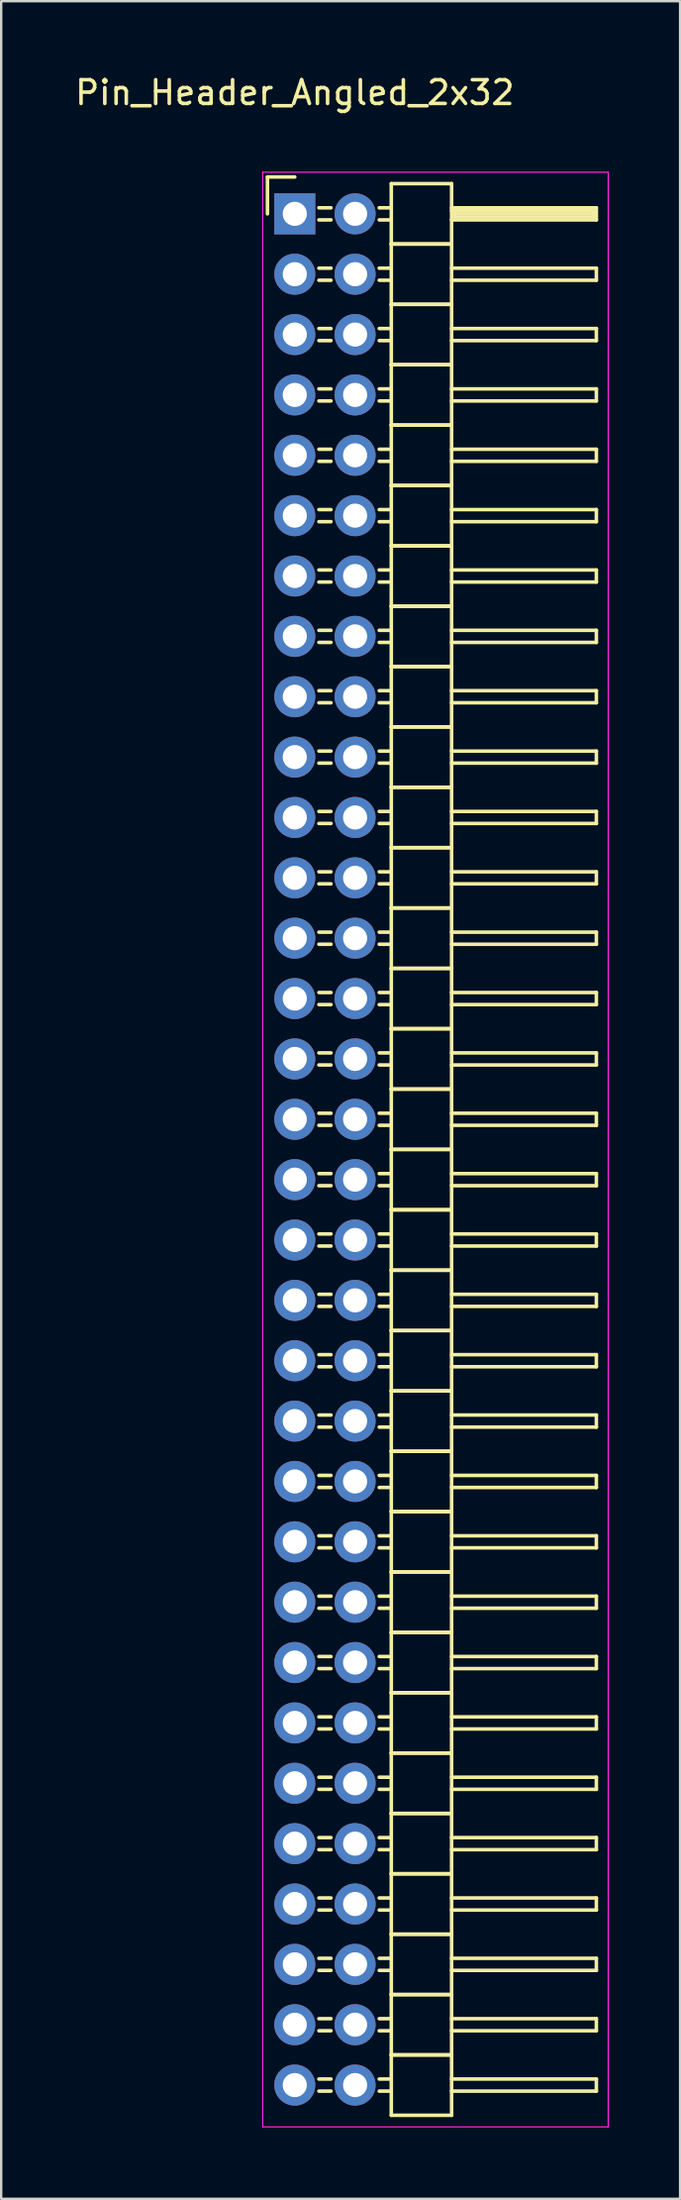
<source format=kicad_pcb>
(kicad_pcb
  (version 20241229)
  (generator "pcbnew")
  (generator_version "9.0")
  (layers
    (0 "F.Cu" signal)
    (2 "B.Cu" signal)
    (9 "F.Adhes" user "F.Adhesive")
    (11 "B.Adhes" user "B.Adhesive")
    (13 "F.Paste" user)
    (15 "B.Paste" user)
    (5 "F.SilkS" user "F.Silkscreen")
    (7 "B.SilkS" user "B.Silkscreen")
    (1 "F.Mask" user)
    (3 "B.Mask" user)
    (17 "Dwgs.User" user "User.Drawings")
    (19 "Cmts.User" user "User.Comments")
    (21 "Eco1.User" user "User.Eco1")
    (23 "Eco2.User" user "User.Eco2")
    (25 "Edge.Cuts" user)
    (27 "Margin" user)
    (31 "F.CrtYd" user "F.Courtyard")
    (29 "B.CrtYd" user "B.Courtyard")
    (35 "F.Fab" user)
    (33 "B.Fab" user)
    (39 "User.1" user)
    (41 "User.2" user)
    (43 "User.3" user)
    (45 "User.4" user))
  (footprint "Pin_Header_Angled_2x32"
    (layer "F.Cu")
    (at 9.363 5.948)
    (property "Reference" "Pin_Header_Angled_2x32" (at 0 -5.1 0) (layer "F.SilkS") (effects (font (size 1 1) (thickness 0.15))))
    (attr through_hole)
    (fp_line (start -1.15 -1.55) (end -1.15 0) (stroke (width 0.15) (type solid)) (layer "F.SilkS"))
    (fp_line (start 0 -1.55) (end -1.15 -1.55) (stroke (width 0.15) (type solid)) (layer "F.SilkS"))
    (fp_line (start 1.524 -0.254) (end 1.016 -0.254) (stroke (width 0.15) (type solid)) (layer "F.SilkS"))
    (fp_line (start 1.524 0.254) (end 1.016 0.254) (stroke (width 0.15) (type solid)) (layer "F.SilkS"))
    (fp_line (start 1.524 2.286) (end 1.016 2.286) (stroke (width 0.15) (type solid)) (layer "F.SilkS"))
    (fp_line (start 1.524 2.794) (end 1.016 2.794) (stroke (width 0.15) (type solid)) (layer "F.SilkS"))
    (fp_line (start 1.524 4.826) (end 1.016 4.826) (stroke (width 0.15) (type solid)) (layer "F.SilkS"))
    (fp_line (start 1.524 5.334) (end 1.016 5.334) (stroke (width 0.15) (type solid)) (layer "F.SilkS"))
    (fp_line (start 1.524 7.366) (end 1.016 7.366) (stroke (width 0.15) (type solid)) (layer "F.SilkS"))
    (fp_line (start 1.524 7.874) (end 1.016 7.874) (stroke (width 0.15) (type solid)) (layer "F.SilkS"))
    (fp_line (start 1.524 9.906) (end 1.016 9.906) (stroke (width 0.15) (type solid)) (layer "F.SilkS"))
    (fp_line (start 1.524 10.414) (end 1.016 10.414) (stroke (width 0.15) (type solid)) (layer "F.SilkS"))
    (fp_line (start 1.524 12.446) (end 1.016 12.446) (stroke (width 0.15) (type solid)) (layer "F.SilkS"))
    (fp_line (start 1.524 12.954) (end 1.016 12.954) (stroke (width 0.15) (type solid)) (layer "F.SilkS"))
    (fp_line (start 1.524 14.986) (end 1.016 14.986) (stroke (width 0.15) (type solid)) (layer "F.SilkS"))
    (fp_line (start 1.524 15.494) (end 1.016 15.494) (stroke (width 0.15) (type solid)) (layer "F.SilkS"))
    (fp_line (start 1.524 17.526) (end 1.016 17.526) (stroke (width 0.15) (type solid)) (layer "F.SilkS"))
    (fp_line (start 1.524 18.034) (end 1.016 18.034) (stroke (width 0.15) (type solid)) (layer "F.SilkS"))
    (fp_line (start 1.524 20.066) (end 1.016 20.066) (stroke (width 0.15) (type solid)) (layer "F.SilkS"))
    (fp_line (start 1.524 20.574) (end 1.016 20.574) (stroke (width 0.15) (type solid)) (layer "F.SilkS"))
    (fp_line (start 1.524 22.606) (end 1.016 22.606) (stroke (width 0.15) (type solid)) (layer "F.SilkS"))
    (fp_line (start 1.524 23.114) (end 1.016 23.114) (stroke (width 0.15) (type solid)) (layer "F.SilkS"))
    (fp_line (start 1.524 25.146) (end 1.016 25.146) (stroke (width 0.15) (type solid)) (layer "F.SilkS"))
    (fp_line (start 1.524 25.654) (end 1.016 25.654) (stroke (width 0.15) (type solid)) (layer "F.SilkS"))
    (fp_line (start 1.524 27.686) (end 1.016 27.686) (stroke (width 0.15) (type solid)) (layer "F.SilkS"))
    (fp_line (start 1.524 28.194) (end 1.016 28.194) (stroke (width 0.15) (type solid)) (layer "F.SilkS"))
    (fp_line (start 1.524 30.226) (end 1.016 30.226) (stroke (width 0.15) (type solid)) (layer "F.SilkS"))
    (fp_line (start 1.524 30.734) (end 1.016 30.734) (stroke (width 0.15) (type solid)) (layer "F.SilkS"))
    (fp_line (start 1.524 32.766) (end 1.016 32.766) (stroke (width 0.15) (type solid)) (layer "F.SilkS"))
    (fp_line (start 1.524 33.274) (end 1.016 33.274) (stroke (width 0.15) (type solid)) (layer "F.SilkS"))
    (fp_line (start 1.524 35.306) (end 1.016 35.306) (stroke (width 0.15) (type solid)) (layer "F.SilkS"))
    (fp_line (start 1.524 35.814) (end 1.016 35.814) (stroke (width 0.15) (type solid)) (layer "F.SilkS"))
    (fp_line (start 1.524 37.846) (end 1.016 37.846) (stroke (width 0.15) (type solid)) (layer "F.SilkS"))
    (fp_line (start 1.524 38.354) (end 1.016 38.354) (stroke (width 0.15) (type solid)) (layer "F.SilkS"))
    (fp_line (start 1.524 40.386) (end 1.016 40.386) (stroke (width 0.15) (type solid)) (layer "F.SilkS"))
    (fp_line (start 1.524 40.894) (end 1.016 40.894) (stroke (width 0.15) (type solid)) (layer "F.SilkS"))
    (fp_line (start 1.524 42.926) (end 1.016 42.926) (stroke (width 0.15) (type solid)) (layer "F.SilkS"))
    (fp_line (start 1.524 43.434) (end 1.016 43.434) (stroke (width 0.15) (type solid)) (layer "F.SilkS"))
    (fp_line (start 1.524 45.466) (end 1.016 45.466) (stroke (width 0.15) (type solid)) (layer "F.SilkS"))
    (fp_line (start 1.524 45.974) (end 1.016 45.974) (stroke (width 0.15) (type solid)) (layer "F.SilkS"))
    (fp_line (start 1.524 48.006) (end 1.016 48.006) (stroke (width 0.15) (type solid)) (layer "F.SilkS"))
    (fp_line (start 1.524 48.514) (end 1.016 48.514) (stroke (width 0.15) (type solid)) (layer "F.SilkS"))
    (fp_line (start 1.524 50.546) (end 1.016 50.546) (stroke (width 0.15) (type solid)) (layer "F.SilkS"))
    (fp_line (start 1.524 51.054) (end 1.016 51.054) (stroke (width 0.15) (type solid)) (layer "F.SilkS"))
    (fp_line (start 1.524 53.086) (end 1.016 53.086) (stroke (width 0.15) (type solid)) (layer "F.SilkS"))
    (fp_line (start 1.524 53.594) (end 1.016 53.594) (stroke (width 0.15) (type solid)) (layer "F.SilkS"))
    (fp_line (start 1.524 55.626) (end 1.016 55.626) (stroke (width 0.15) (type solid)) (layer "F.SilkS"))
    (fp_line (start 1.524 56.134) (end 1.016 56.134) (stroke (width 0.15) (type solid)) (layer "F.SilkS"))
    (fp_line (start 1.524 58.166) (end 1.016 58.166) (stroke (width 0.15) (type solid)) (layer "F.SilkS"))
    (fp_line (start 1.524 58.674) (end 1.016 58.674) (stroke (width 0.15) (type solid)) (layer "F.SilkS"))
    (fp_line (start 1.524 60.706) (end 1.016 60.706) (stroke (width 0.15) (type solid)) (layer "F.SilkS"))
    (fp_line (start 1.524 61.214) (end 1.016 61.214) (stroke (width 0.15) (type solid)) (layer "F.SilkS"))
    (fp_line (start 1.524 63.246) (end 1.016 63.246) (stroke (width 0.15) (type solid)) (layer "F.SilkS"))
    (fp_line (start 1.524 63.754) (end 1.016 63.754) (stroke (width 0.15) (type solid)) (layer "F.SilkS"))
    (fp_line (start 1.524 65.786) (end 1.016 65.786) (stroke (width 0.15) (type solid)) (layer "F.SilkS"))
    (fp_line (start 1.524 66.294) (end 1.016 66.294) (stroke (width 0.15) (type solid)) (layer "F.SilkS"))
    (fp_line (start 1.524 68.326) (end 1.016 68.326) (stroke (width 0.15) (type solid)) (layer "F.SilkS"))
    (fp_line (start 1.524 68.834) (end 1.016 68.834) (stroke (width 0.15) (type solid)) (layer "F.SilkS"))
    (fp_line (start 1.524 70.866) (end 1.016 70.866) (stroke (width 0.15) (type solid)) (layer "F.SilkS"))
    (fp_line (start 1.524 71.374) (end 1.016 71.374) (stroke (width 0.15) (type solid)) (layer "F.SilkS"))
    (fp_line (start 1.524 73.406) (end 1.016 73.406) (stroke (width 0.15) (type solid)) (layer "F.SilkS"))
    (fp_line (start 1.524 73.914) (end 1.016 73.914) (stroke (width 0.15) (type solid)) (layer "F.SilkS"))
    (fp_line (start 1.524 75.946) (end 1.016 75.946) (stroke (width 0.15) (type solid)) (layer "F.SilkS"))
    (fp_line (start 1.524 76.454) (end 1.016 76.454) (stroke (width 0.15) (type solid)) (layer "F.SilkS"))
    (fp_line (start 1.524 78.486) (end 1.016 78.486) (stroke (width 0.15) (type solid)) (layer "F.SilkS"))
    (fp_line (start 1.524 78.994) (end 1.016 78.994) (stroke (width 0.15) (type solid)) (layer "F.SilkS"))
    (fp_line (start 4.064 -1.27) (end 4.064 1.27) (stroke (width 0.15) (type solid)) (layer "F.SilkS"))
    (fp_line (start 4.064 -1.27) (end 6.604 -1.27) (stroke (width 0.15) (type solid)) (layer "F.SilkS"))
    (fp_line (start 4.064 -0.254) (end 3.556 -0.254) (stroke (width 0.15) (type solid)) (layer "F.SilkS"))
    (fp_line (start 4.064 0.254) (end 3.556 0.254) (stroke (width 0.15) (type solid)) (layer "F.SilkS"))
    (fp_line (start 4.064 1.27) (end 4.064 3.81) (stroke (width 0.15) (type solid)) (layer "F.SilkS"))
    (fp_line (start 4.064 1.27) (end 6.604 1.27) (stroke (width 0.15) (type solid)) (layer "F.SilkS"))
    (fp_line (start 4.064 1.27) (end 6.604 1.27) (stroke (width 0.15) (type solid)) (layer "F.SilkS"))
    (fp_line (start 4.064 2.286) (end 3.556 2.286) (stroke (width 0.15) (type solid)) (layer "F.SilkS"))
    (fp_line (start 4.064 2.794) (end 3.556 2.794) (stroke (width 0.15) (type solid)) (layer "F.SilkS"))
    (fp_line (start 4.064 3.81) (end 4.064 6.35) (stroke (width 0.15) (type solid)) (layer "F.SilkS"))
    (fp_line (start 4.064 3.81) (end 6.604 3.81) (stroke (width 0.15) (type solid)) (layer "F.SilkS"))
    (fp_line (start 4.064 3.81) (end 6.604 3.81) (stroke (width 0.15) (type solid)) (layer "F.SilkS"))
    (fp_line (start 4.064 4.826) (end 3.556 4.826) (stroke (width 0.15) (type solid)) (layer "F.SilkS"))
    (fp_line (start 4.064 5.334) (end 3.556 5.334) (stroke (width 0.15) (type solid)) (layer "F.SilkS"))
    (fp_line (start 4.064 6.35) (end 4.064 8.89) (stroke (width 0.15) (type solid)) (layer "F.SilkS"))
    (fp_line (start 4.064 6.35) (end 6.604 6.35) (stroke (width 0.15) (type solid)) (layer "F.SilkS"))
    (fp_line (start 4.064 6.35) (end 6.604 6.35) (stroke (width 0.15) (type solid)) (layer "F.SilkS"))
    (fp_line (start 4.064 7.366) (end 3.556 7.366) (stroke (width 0.15) (type solid)) (layer "F.SilkS"))
    (fp_line (start 4.064 7.874) (end 3.556 7.874) (stroke (width 0.15) (type solid)) (layer "F.SilkS"))
    (fp_line (start 4.064 8.89) (end 4.064 11.43) (stroke (width 0.15) (type solid)) (layer "F.SilkS"))
    (fp_line (start 4.064 8.89) (end 6.604 8.89) (stroke (width 0.15) (type solid)) (layer "F.SilkS"))
    (fp_line (start 4.064 8.89) (end 6.604 8.89) (stroke (width 0.15) (type solid)) (layer "F.SilkS"))
    (fp_line (start 4.064 9.906) (end 3.556 9.906) (stroke (width 0.15) (type solid)) (layer "F.SilkS"))
    (fp_line (start 4.064 10.414) (end 3.556 10.414) (stroke (width 0.15) (type solid)) (layer "F.SilkS"))
    (fp_line (start 4.064 11.43) (end 4.064 13.97) (stroke (width 0.15) (type solid)) (layer "F.SilkS"))
    (fp_line (start 4.064 11.43) (end 6.604 11.43) (stroke (width 0.15) (type solid)) (layer "F.SilkS"))
    (fp_line (start 4.064 11.43) (end 6.604 11.43) (stroke (width 0.15) (type solid)) (layer "F.SilkS"))
    (fp_line (start 4.064 12.446) (end 3.556 12.446) (stroke (width 0.15) (type solid)) (layer "F.SilkS"))
    (fp_line (start 4.064 12.954) (end 3.556 12.954) (stroke (width 0.15) (type solid)) (layer "F.SilkS"))
    (fp_line (start 4.064 13.97) (end 4.064 16.51) (stroke (width 0.15) (type solid)) (layer "F.SilkS"))
    (fp_line (start 4.064 13.97) (end 6.604 13.97) (stroke (width 0.15) (type solid)) (layer "F.SilkS"))
    (fp_line (start 4.064 13.97) (end 6.604 13.97) (stroke (width 0.15) (type solid)) (layer "F.SilkS"))
    (fp_line (start 4.064 14.986) (end 3.556 14.986) (stroke (width 0.15) (type solid)) (layer "F.SilkS"))
    (fp_line (start 4.064 15.494) (end 3.556 15.494) (stroke (width 0.15) (type solid)) (layer "F.SilkS"))
    (fp_line (start 4.064 16.51) (end 4.064 19.05) (stroke (width 0.15) (type solid)) (layer "F.SilkS"))
    (fp_line (start 4.064 16.51) (end 6.604 16.51) (stroke (width 0.15) (type solid)) (layer "F.SilkS"))
    (fp_line (start 4.064 16.51) (end 6.604 16.51) (stroke (width 0.15) (type solid)) (layer "F.SilkS"))
    (fp_line (start 4.064 17.526) (end 3.556 17.526) (stroke (width 0.15) (type solid)) (layer "F.SilkS"))
    (fp_line (start 4.064 18.034) (end 3.556 18.034) (stroke (width 0.15) (type solid)) (layer "F.SilkS"))
    (fp_line (start 4.064 19.05) (end 4.064 21.59) (stroke (width 0.15) (type solid)) (layer "F.SilkS"))
    (fp_line (start 4.064 19.05) (end 6.604 19.05) (stroke (width 0.15) (type solid)) (layer "F.SilkS"))
    (fp_line (start 4.064 19.05) (end 6.604 19.05) (stroke (width 0.15) (type solid)) (layer "F.SilkS"))
    (fp_line (start 4.064 20.066) (end 3.556 20.066) (stroke (width 0.15) (type solid)) (layer "F.SilkS"))
    (fp_line (start 4.064 20.574) (end 3.556 20.574) (stroke (width 0.15) (type solid)) (layer "F.SilkS"))
    (fp_line (start 4.064 21.59) (end 4.064 24.13) (stroke (width 0.15) (type solid)) (layer "F.SilkS"))
    (fp_line (start 4.064 21.59) (end 6.604 21.59) (stroke (width 0.15) (type solid)) (layer "F.SilkS"))
    (fp_line (start 4.064 21.59) (end 6.604 21.59) (stroke (width 0.15) (type solid)) (layer "F.SilkS"))
    (fp_line (start 4.064 22.606) (end 3.556 22.606) (stroke (width 0.15) (type solid)) (layer "F.SilkS"))
    (fp_line (start 4.064 23.114) (end 3.556 23.114) (stroke (width 0.15) (type solid)) (layer "F.SilkS"))
    (fp_line (start 4.064 24.13) (end 4.064 26.67) (stroke (width 0.15) (type solid)) (layer "F.SilkS"))
    (fp_line (start 4.064 24.13) (end 6.604 24.13) (stroke (width 0.15) (type solid)) (layer "F.SilkS"))
    (fp_line (start 4.064 24.13) (end 6.604 24.13) (stroke (width 0.15) (type solid)) (layer "F.SilkS"))
    (fp_line (start 4.064 25.146) (end 3.556 25.146) (stroke (width 0.15) (type solid)) (layer "F.SilkS"))
    (fp_line (start 4.064 25.654) (end 3.556 25.654) (stroke (width 0.15) (type solid)) (layer "F.SilkS"))
    (fp_line (start 4.064 26.67) (end 4.064 29.21) (stroke (width 0.15) (type solid)) (layer "F.SilkS"))
    (fp_line (start 4.064 26.67) (end 6.604 26.67) (stroke (width 0.15) (type solid)) (layer "F.SilkS"))
    (fp_line (start 4.064 26.67) (end 6.604 26.67) (stroke (width 0.15) (type solid)) (layer "F.SilkS"))
    (fp_line (start 4.064 27.686) (end 3.556 27.686) (stroke (width 0.15) (type solid)) (layer "F.SilkS"))
    (fp_line (start 4.064 28.194) (end 3.556 28.194) (stroke (width 0.15) (type solid)) (layer "F.SilkS"))
    (fp_line (start 4.064 29.21) (end 4.064 31.75) (stroke (width 0.15) (type solid)) (layer "F.SilkS"))
    (fp_line (start 4.064 29.21) (end 6.604 29.21) (stroke (width 0.15) (type solid)) (layer "F.SilkS"))
    (fp_line (start 4.064 29.21) (end 6.604 29.21) (stroke (width 0.15) (type solid)) (layer "F.SilkS"))
    (fp_line (start 4.064 30.226) (end 3.556 30.226) (stroke (width 0.15) (type solid)) (layer "F.SilkS"))
    (fp_line (start 4.064 30.734) (end 3.556 30.734) (stroke (width 0.15) (type solid)) (layer "F.SilkS"))
    (fp_line (start 4.064 31.75) (end 4.064 34.29) (stroke (width 0.15) (type solid)) (layer "F.SilkS"))
    (fp_line (start 4.064 31.75) (end 6.604 31.75) (stroke (width 0.15) (type solid)) (layer "F.SilkS"))
    (fp_line (start 4.064 31.75) (end 6.604 31.75) (stroke (width 0.15) (type solid)) (layer "F.SilkS"))
    (fp_line (start 4.064 32.766) (end 3.556 32.766) (stroke (width 0.15) (type solid)) (layer "F.SilkS"))
    (fp_line (start 4.064 33.274) (end 3.556 33.274) (stroke (width 0.15) (type solid)) (layer "F.SilkS"))
    (fp_line (start 4.064 34.29) (end 4.064 36.83) (stroke (width 0.15) (type solid)) (layer "F.SilkS"))
    (fp_line (start 4.064 34.29) (end 6.604 34.29) (stroke (width 0.15) (type solid)) (layer "F.SilkS"))
    (fp_line (start 4.064 34.29) (end 6.604 34.29) (stroke (width 0.15) (type solid)) (layer "F.SilkS"))
    (fp_line (start 4.064 35.306) (end 3.556 35.306) (stroke (width 0.15) (type solid)) (layer "F.SilkS"))
    (fp_line (start 4.064 35.814) (end 3.556 35.814) (stroke (width 0.15) (type solid)) (layer "F.SilkS"))
    (fp_line (start 4.064 36.83) (end 4.064 39.37) (stroke (width 0.15) (type solid)) (layer "F.SilkS"))
    (fp_line (start 4.064 36.83) (end 6.604 36.83) (stroke (width 0.15) (type solid)) (layer "F.SilkS"))
    (fp_line (start 4.064 36.83) (end 6.604 36.83) (stroke (width 0.15) (type solid)) (layer "F.SilkS"))
    (fp_line (start 4.064 37.846) (end 3.556 37.846) (stroke (width 0.15) (type solid)) (layer "F.SilkS"))
    (fp_line (start 4.064 38.354) (end 3.556 38.354) (stroke (width 0.15) (type solid)) (layer "F.SilkS"))
    (fp_line (start 4.064 39.37) (end 4.064 41.91) (stroke (width 0.15) (type solid)) (layer "F.SilkS"))
    (fp_line (start 4.064 39.37) (end 6.604 39.37) (stroke (width 0.15) (type solid)) (layer "F.SilkS"))
    (fp_line (start 4.064 39.37) (end 6.604 39.37) (stroke (width 0.15) (type solid)) (layer "F.SilkS"))
    (fp_line (start 4.064 40.386) (end 3.556 40.386) (stroke (width 0.15) (type solid)) (layer "F.SilkS"))
    (fp_line (start 4.064 40.894) (end 3.556 40.894) (stroke (width 0.15) (type solid)) (layer "F.SilkS"))
    (fp_line (start 4.064 41.91) (end 4.064 44.45) (stroke (width 0.15) (type solid)) (layer "F.SilkS"))
    (fp_line (start 4.064 41.91) (end 6.604 41.91) (stroke (width 0.15) (type solid)) (layer "F.SilkS"))
    (fp_line (start 4.064 41.91) (end 6.604 41.91) (stroke (width 0.15) (type solid)) (layer "F.SilkS"))
    (fp_line (start 4.064 42.926) (end 3.556 42.926) (stroke (width 0.15) (type solid)) (layer "F.SilkS"))
    (fp_line (start 4.064 43.434) (end 3.556 43.434) (stroke (width 0.15) (type solid)) (layer "F.SilkS"))
    (fp_line (start 4.064 44.45) (end 4.064 46.99) (stroke (width 0.15) (type solid)) (layer "F.SilkS"))
    (fp_line (start 4.064 44.45) (end 6.604 44.45) (stroke (width 0.15) (type solid)) (layer "F.SilkS"))
    (fp_line (start 4.064 44.45) (end 6.604 44.45) (stroke (width 0.15) (type solid)) (layer "F.SilkS"))
    (fp_line (start 4.064 45.466) (end 3.556 45.466) (stroke (width 0.15) (type solid)) (layer "F.SilkS"))
    (fp_line (start 4.064 45.974) (end 3.556 45.974) (stroke (width 0.15) (type solid)) (layer "F.SilkS"))
    (fp_line (start 4.064 46.99) (end 4.064 49.53) (stroke (width 0.15) (type solid)) (layer "F.SilkS"))
    (fp_line (start 4.064 46.99) (end 6.604 46.99) (stroke (width 0.15) (type solid)) (layer "F.SilkS"))
    (fp_line (start 4.064 46.99) (end 6.604 46.99) (stroke (width 0.15) (type solid)) (layer "F.SilkS"))
    (fp_line (start 4.064 48.006) (end 3.556 48.006) (stroke (width 0.15) (type solid)) (layer "F.SilkS"))
    (fp_line (start 4.064 48.514) (end 3.556 48.514) (stroke (width 0.15) (type solid)) (layer "F.SilkS"))
    (fp_line (start 4.064 49.53) (end 4.064 52.07) (stroke (width 0.15) (type solid)) (layer "F.SilkS"))
    (fp_line (start 4.064 49.53) (end 6.604 49.53) (stroke (width 0.15) (type solid)) (layer "F.SilkS"))
    (fp_line (start 4.064 49.53) (end 6.604 49.53) (stroke (width 0.15) (type solid)) (layer "F.SilkS"))
    (fp_line (start 4.064 50.546) (end 3.556 50.546) (stroke (width 0.15) (type solid)) (layer "F.SilkS"))
    (fp_line (start 4.064 51.054) (end 3.556 51.054) (stroke (width 0.15) (type solid)) (layer "F.SilkS"))
    (fp_line (start 4.064 52.07) (end 4.064 54.61) (stroke (width 0.15) (type solid)) (layer "F.SilkS"))
    (fp_line (start 4.064 52.07) (end 6.604 52.07) (stroke (width 0.15) (type solid)) (layer "F.SilkS"))
    (fp_line (start 4.064 52.07) (end 6.604 52.07) (stroke (width 0.15) (type solid)) (layer "F.SilkS"))
    (fp_line (start 4.064 53.086) (end 3.556 53.086) (stroke (width 0.15) (type solid)) (layer "F.SilkS"))
    (fp_line (start 4.064 53.594) (end 3.556 53.594) (stroke (width 0.15) (type solid)) (layer "F.SilkS"))
    (fp_line (start 4.064 54.61) (end 4.064 57.15) (stroke (width 0.15) (type solid)) (layer "F.SilkS"))
    (fp_line (start 4.064 54.61) (end 6.604 54.61) (stroke (width 0.15) (type solid)) (layer "F.SilkS"))
    (fp_line (start 4.064 54.61) (end 6.604 54.61) (stroke (width 0.15) (type solid)) (layer "F.SilkS"))
    (fp_line (start 4.064 55.626) (end 3.556 55.626) (stroke (width 0.15) (type solid)) (layer "F.SilkS"))
    (fp_line (start 4.064 56.134) (end 3.556 56.134) (stroke (width 0.15) (type solid)) (layer "F.SilkS"))
    (fp_line (start 4.064 57.15) (end 4.064 59.69) (stroke (width 0.15) (type solid)) (layer "F.SilkS"))
    (fp_line (start 4.064 57.15) (end 6.604 57.15) (stroke (width 0.15) (type solid)) (layer "F.SilkS"))
    (fp_line (start 4.064 57.15) (end 6.604 57.15) (stroke (width 0.15) (type solid)) (layer "F.SilkS"))
    (fp_line (start 4.064 58.166) (end 3.556 58.166) (stroke (width 0.15) (type solid)) (layer "F.SilkS"))
    (fp_line (start 4.064 58.674) (end 3.556 58.674) (stroke (width 0.15) (type solid)) (layer "F.SilkS"))
    (fp_line (start 4.064 59.69) (end 4.064 62.23) (stroke (width 0.15) (type solid)) (layer "F.SilkS"))
    (fp_line (start 4.064 59.69) (end 6.604 59.69) (stroke (width 0.15) (type solid)) (layer "F.SilkS"))
    (fp_line (start 4.064 59.69) (end 6.604 59.69) (stroke (width 0.15) (type solid)) (layer "F.SilkS"))
    (fp_line (start 4.064 60.706) (end 3.556 60.706) (stroke (width 0.15) (type solid)) (layer "F.SilkS"))
    (fp_line (start 4.064 61.214) (end 3.556 61.214) (stroke (width 0.15) (type solid)) (layer "F.SilkS"))
    (fp_line (start 4.064 62.23) (end 4.064 64.77) (stroke (width 0.15) (type solid)) (layer "F.SilkS"))
    (fp_line (start 4.064 62.23) (end 6.604 62.23) (stroke (width 0.15) (type solid)) (layer "F.SilkS"))
    (fp_line (start 4.064 62.23) (end 6.604 62.23) (stroke (width 0.15) (type solid)) (layer "F.SilkS"))
    (fp_line (start 4.064 63.246) (end 3.556 63.246) (stroke (width 0.15) (type solid)) (layer "F.SilkS"))
    (fp_line (start 4.064 63.754) (end 3.556 63.754) (stroke (width 0.15) (type solid)) (layer "F.SilkS"))
    (fp_line (start 4.064 64.77) (end 4.064 67.31) (stroke (width 0.15) (type solid)) (layer "F.SilkS"))
    (fp_line (start 4.064 64.77) (end 6.604 64.77) (stroke (width 0.15) (type solid)) (layer "F.SilkS"))
    (fp_line (start 4.064 64.77) (end 6.604 64.77) (stroke (width 0.15) (type solid)) (layer "F.SilkS"))
    (fp_line (start 4.064 65.786) (end 3.556 65.786) (stroke (width 0.15) (type solid)) (layer "F.SilkS"))
    (fp_line (start 4.064 66.294) (end 3.556 66.294) (stroke (width 0.15) (type solid)) (layer "F.SilkS"))
    (fp_line (start 4.064 67.31) (end 4.064 69.85) (stroke (width 0.15) (type solid)) (layer "F.SilkS"))
    (fp_line (start 4.064 67.31) (end 6.604 67.31) (stroke (width 0.15) (type solid)) (layer "F.SilkS"))
    (fp_line (start 4.064 67.31) (end 6.604 67.31) (stroke (width 0.15) (type solid)) (layer "F.SilkS"))
    (fp_line (start 4.064 68.326) (end 3.556 68.326) (stroke (width 0.15) (type solid)) (layer "F.SilkS"))
    (fp_line (start 4.064 68.834) (end 3.556 68.834) (stroke (width 0.15) (type solid)) (layer "F.SilkS"))
    (fp_line (start 4.064 69.85) (end 4.064 72.39) (stroke (width 0.15) (type solid)) (layer "F.SilkS"))
    (fp_line (start 4.064 69.85) (end 6.604 69.85) (stroke (width 0.15) (type solid)) (layer "F.SilkS"))
    (fp_line (start 4.064 69.85) (end 6.604 69.85) (stroke (width 0.15) (type solid)) (layer "F.SilkS"))
    (fp_line (start 4.064 70.866) (end 3.556 70.866) (stroke (width 0.15) (type solid)) (layer "F.SilkS"))
    (fp_line (start 4.064 71.374) (end 3.556 71.374) (stroke (width 0.15) (type solid)) (layer "F.SilkS"))
    (fp_line (start 4.064 72.39) (end 4.064 74.93) (stroke (width 0.15) (type solid)) (layer "F.SilkS"))
    (fp_line (start 4.064 72.39) (end 6.604 72.39) (stroke (width 0.15) (type solid)) (layer "F.SilkS"))
    (fp_line (start 4.064 72.39) (end 6.604 72.39) (stroke (width 0.15) (type solid)) (layer "F.SilkS"))
    (fp_line (start 4.064 73.406) (end 3.556 73.406) (stroke (width 0.15) (type solid)) (layer "F.SilkS"))
    (fp_line (start 4.064 73.914) (end 3.556 73.914) (stroke (width 0.15) (type solid)) (layer "F.SilkS"))
    (fp_line (start 4.064 74.93) (end 4.064 77.47) (stroke (width 0.15) (type solid)) (layer "F.SilkS"))
    (fp_line (start 4.064 74.93) (end 6.604 74.93) (stroke (width 0.15) (type solid)) (layer "F.SilkS"))
    (fp_line (start 4.064 74.93) (end 6.604 74.93) (stroke (width 0.15) (type solid)) (layer "F.SilkS"))
    (fp_line (start 4.064 75.946) (end 3.556 75.946) (stroke (width 0.15) (type solid)) (layer "F.SilkS"))
    (fp_line (start 4.064 76.454) (end 3.556 76.454) (stroke (width 0.15) (type solid)) (layer "F.SilkS"))
    (fp_line (start 4.064 77.47) (end 4.064 80.01) (stroke (width 0.15) (type solid)) (layer "F.SilkS"))
    (fp_line (start 4.064 77.47) (end 6.604 77.47) (stroke (width 0.15) (type solid)) (layer "F.SilkS"))
    (fp_line (start 4.064 77.47) (end 6.604 77.47) (stroke (width 0.15) (type solid)) (layer "F.SilkS"))
    (fp_line (start 4.064 78.486) (end 3.556 78.486) (stroke (width 0.15) (type solid)) (layer "F.SilkS"))
    (fp_line (start 4.064 78.994) (end 3.556 78.994) (stroke (width 0.15) (type solid)) (layer "F.SilkS"))
    (fp_line (start 4.064 80.01) (end 6.604 80.01) (stroke (width 0.15) (type solid)) (layer "F.SilkS"))
    (fp_line (start 6.604 -0.254) (end 12.7 -0.254) (stroke (width 0.15) (type solid)) (layer "F.SilkS"))
    (fp_line (start 6.604 -0.127) (end 12.573 -0.127) (stroke (width 0.15) (type solid)) (layer "F.SilkS"))
    (fp_line (start 6.604 1.27) (end 6.604 -1.27) (stroke (width 0.15) (type solid)) (layer "F.SilkS"))
    (fp_line (start 6.604 2.286) (end 12.7 2.286) (stroke (width 0.15) (type solid)) (layer "F.SilkS"))
    (fp_line (start 6.604 3.81) (end 6.604 1.27) (stroke (width 0.15) (type solid)) (layer "F.SilkS"))
    (fp_line (start 6.604 4.826) (end 12.7 4.826) (stroke (width 0.15) (type solid)) (layer "F.SilkS"))
    (fp_line (start 6.604 6.35) (end 6.604 3.81) (stroke (width 0.15) (type solid)) (layer "F.SilkS"))
    (fp_line (start 6.604 7.366) (end 12.7 7.366) (stroke (width 0.15) (type solid)) (layer "F.SilkS"))
    (fp_line (start 6.604 8.89) (end 6.604 6.35) (stroke (width 0.15) (type solid)) (layer "F.SilkS"))
    (fp_line (start 6.604 9.906) (end 12.7 9.906) (stroke (width 0.15) (type solid)) (layer "F.SilkS"))
    (fp_line (start 6.604 11.43) (end 6.604 8.89) (stroke (width 0.15) (type solid)) (layer "F.SilkS"))
    (fp_line (start 6.604 12.446) (end 12.7 12.446) (stroke (width 0.15) (type solid)) (layer "F.SilkS"))
    (fp_line (start 6.604 13.97) (end 6.604 11.43) (stroke (width 0.15) (type solid)) (layer "F.SilkS"))
    (fp_line (start 6.604 14.986) (end 12.7 14.986) (stroke (width 0.15) (type solid)) (layer "F.SilkS"))
    (fp_line (start 6.604 16.51) (end 6.604 13.97) (stroke (width 0.15) (type solid)) (layer "F.SilkS"))
    (fp_line (start 6.604 17.526) (end 12.7 17.526) (stroke (width 0.15) (type solid)) (layer "F.SilkS"))
    (fp_line (start 6.604 19.05) (end 6.604 16.51) (stroke (width 0.15) (type solid)) (layer "F.SilkS"))
    (fp_line (start 6.604 20.066) (end 12.7 20.066) (stroke (width 0.15) (type solid)) (layer "F.SilkS"))
    (fp_line (start 6.604 21.59) (end 6.604 19.05) (stroke (width 0.15) (type solid)) (layer "F.SilkS"))
    (fp_line (start 6.604 22.606) (end 12.7 22.606) (stroke (width 0.15) (type solid)) (layer "F.SilkS"))
    (fp_line (start 6.604 24.13) (end 6.604 21.59) (stroke (width 0.15) (type solid)) (layer "F.SilkS"))
    (fp_line (start 6.604 25.146) (end 12.7 25.146) (stroke (width 0.15) (type solid)) (layer "F.SilkS"))
    (fp_line (start 6.604 26.67) (end 6.604 24.13) (stroke (width 0.15) (type solid)) (layer "F.SilkS"))
    (fp_line (start 6.604 27.686) (end 12.7 27.686) (stroke (width 0.15) (type solid)) (layer "F.SilkS"))
    (fp_line (start 6.604 29.21) (end 6.604 26.67) (stroke (width 0.15) (type solid)) (layer "F.SilkS"))
    (fp_line (start 6.604 30.226) (end 12.7 30.226) (stroke (width 0.15) (type solid)) (layer "F.SilkS"))
    (fp_line (start 6.604 31.75) (end 6.604 29.21) (stroke (width 0.15) (type solid)) (layer "F.SilkS"))
    (fp_line (start 6.604 32.766) (end 12.7 32.766) (stroke (width 0.15) (type solid)) (layer "F.SilkS"))
    (fp_line (start 6.604 34.29) (end 6.604 31.75) (stroke (width 0.15) (type solid)) (layer "F.SilkS"))
    (fp_line (start 6.604 35.306) (end 12.7 35.306) (stroke (width 0.15) (type solid)) (layer "F.SilkS"))
    (fp_line (start 6.604 36.83) (end 6.604 34.29) (stroke (width 0.15) (type solid)) (layer "F.SilkS"))
    (fp_line (start 6.604 37.846) (end 12.7 37.846) (stroke (width 0.15) (type solid)) (layer "F.SilkS"))
    (fp_line (start 6.604 39.37) (end 6.604 36.83) (stroke (width 0.15) (type solid)) (layer "F.SilkS"))
    (fp_line (start 6.604 40.386) (end 12.7 40.386) (stroke (width 0.15) (type solid)) (layer "F.SilkS"))
    (fp_line (start 6.604 41.91) (end 6.604 39.37) (stroke (width 0.15) (type solid)) (layer "F.SilkS"))
    (fp_line (start 6.604 42.926) (end 12.7 42.926) (stroke (width 0.15) (type solid)) (layer "F.SilkS"))
    (fp_line (start 6.604 44.45) (end 6.604 41.91) (stroke (width 0.15) (type solid)) (layer "F.SilkS"))
    (fp_line (start 6.604 45.466) (end 12.7 45.466) (stroke (width 0.15) (type solid)) (layer "F.SilkS"))
    (fp_line (start 6.604 46.99) (end 6.604 44.45) (stroke (width 0.15) (type solid)) (layer "F.SilkS"))
    (fp_line (start 6.604 48.006) (end 12.7 48.006) (stroke (width 0.15) (type solid)) (layer "F.SilkS"))
    (fp_line (start 6.604 49.53) (end 6.604 46.99) (stroke (width 0.15) (type solid)) (layer "F.SilkS"))
    (fp_line (start 6.604 50.546) (end 12.7 50.546) (stroke (width 0.15) (type solid)) (layer "F.SilkS"))
    (fp_line (start 6.604 52.07) (end 6.604 49.53) (stroke (width 0.15) (type solid)) (layer "F.SilkS"))
    (fp_line (start 6.604 53.086) (end 12.7 53.086) (stroke (width 0.15) (type solid)) (layer "F.SilkS"))
    (fp_line (start 6.604 54.61) (end 6.604 52.07) (stroke (width 0.15) (type solid)) (layer "F.SilkS"))
    (fp_line (start 6.604 55.626) (end 12.7 55.626) (stroke (width 0.15) (type solid)) (layer "F.SilkS"))
    (fp_line (start 6.604 57.15) (end 6.604 54.61) (stroke (width 0.15) (type solid)) (layer "F.SilkS"))
    (fp_line (start 6.604 58.166) (end 12.7 58.166) (stroke (width 0.15) (type solid)) (layer "F.SilkS"))
    (fp_line (start 6.604 59.69) (end 6.604 57.15) (stroke (width 0.15) (type solid)) (layer "F.SilkS"))
    (fp_line (start 6.604 60.706) (end 12.7 60.706) (stroke (width 0.15) (type solid)) (layer "F.SilkS"))
    (fp_line (start 6.604 62.23) (end 6.604 59.69) (stroke (width 0.15) (type solid)) (layer "F.SilkS"))
    (fp_line (start 6.604 63.246) (end 12.7 63.246) (stroke (width 0.15) (type solid)) (layer "F.SilkS"))
    (fp_line (start 6.604 64.77) (end 6.604 62.23) (stroke (width 0.15) (type solid)) (layer "F.SilkS"))
    (fp_line (start 6.604 65.786) (end 12.7 65.786) (stroke (width 0.15) (type solid)) (layer "F.SilkS"))
    (fp_line (start 6.604 67.31) (end 6.604 64.77) (stroke (width 0.15) (type solid)) (layer "F.SilkS"))
    (fp_line (start 6.604 68.326) (end 12.7 68.326) (stroke (width 0.15) (type solid)) (layer "F.SilkS"))
    (fp_line (start 6.604 69.85) (end 6.604 67.31) (stroke (width 0.15) (type solid)) (layer "F.SilkS"))
    (fp_line (start 6.604 70.866) (end 12.7 70.866) (stroke (width 0.15) (type solid)) (layer "F.SilkS"))
    (fp_line (start 6.604 72.39) (end 6.604 69.85) (stroke (width 0.15) (type solid)) (layer "F.SilkS"))
    (fp_line (start 6.604 73.406) (end 12.7 73.406) (stroke (width 0.15) (type solid)) (layer "F.SilkS"))
    (fp_line (start 6.604 74.93) (end 6.604 72.39) (stroke (width 0.15) (type solid)) (layer "F.SilkS"))
    (fp_line (start 6.604 75.946) (end 12.7 75.946) (stroke (width 0.15) (type solid)) (layer "F.SilkS"))
    (fp_line (start 6.604 77.47) (end 6.604 74.93) (stroke (width 0.15) (type solid)) (layer "F.SilkS"))
    (fp_line (start 6.604 78.486) (end 12.7 78.486) (stroke (width 0.15) (type solid)) (layer "F.SilkS"))
    (fp_line (start 6.604 80.01) (end 6.604 77.47) (stroke (width 0.15) (type solid)) (layer "F.SilkS"))
    (fp_line (start 6.731 0) (end 12.573 0) (stroke (width 0.15) (type solid)) (layer "F.SilkS"))
    (fp_line (start 6.731 0.127) (end 6.731 0) (stroke (width 0.15) (type solid)) (layer "F.SilkS"))
    (fp_line (start 12.573 -0.127) (end 12.573 0.127) (stroke (width 0.15) (type solid)) (layer "F.SilkS"))
    (fp_line (start 12.573 0.127) (end 6.731 0.127) (stroke (width 0.15) (type solid)) (layer "F.SilkS"))
    (fp_line (start 12.7 -0.254) (end 12.7 0.254) (stroke (width 0.15) (type solid)) (layer "F.SilkS"))
    (fp_line (start 12.7 0.254) (end 6.604 0.254) (stroke (width 0.15) (type solid)) (layer "F.SilkS"))
    (fp_line (start 12.7 2.286) (end 12.7 2.794) (stroke (width 0.15) (type solid)) (layer "F.SilkS"))
    (fp_line (start 12.7 2.794) (end 6.604 2.794) (stroke (width 0.15) (type solid)) (layer "F.SilkS"))
    (fp_line (start 12.7 4.826) (end 12.7 5.334) (stroke (width 0.15) (type solid)) (layer "F.SilkS"))
    (fp_line (start 12.7 5.334) (end 6.604 5.334) (stroke (width 0.15) (type solid)) (layer "F.SilkS"))
    (fp_line (start 12.7 7.366) (end 12.7 7.874) (stroke (width 0.15) (type solid)) (layer "F.SilkS"))
    (fp_line (start 12.7 7.874) (end 6.604 7.874) (stroke (width 0.15) (type solid)) (layer "F.SilkS"))
    (fp_line (start 12.7 9.906) (end 12.7 10.414) (stroke (width 0.15) (type solid)) (layer "F.SilkS"))
    (fp_line (start 12.7 10.414) (end 6.604 10.414) (stroke (width 0.15) (type solid)) (layer "F.SilkS"))
    (fp_line (start 12.7 12.446) (end 12.7 12.954) (stroke (width 0.15) (type solid)) (layer "F.SilkS"))
    (fp_line (start 12.7 12.954) (end 6.604 12.954) (stroke (width 0.15) (type solid)) (layer "F.SilkS"))
    (fp_line (start 12.7 14.986) (end 12.7 15.494) (stroke (width 0.15) (type solid)) (layer "F.SilkS"))
    (fp_line (start 12.7 15.494) (end 6.604 15.494) (stroke (width 0.15) (type solid)) (layer "F.SilkS"))
    (fp_line (start 12.7 17.526) (end 12.7 18.034) (stroke (width 0.15) (type solid)) (layer "F.SilkS"))
    (fp_line (start 12.7 18.034) (end 6.604 18.034) (stroke (width 0.15) (type solid)) (layer "F.SilkS"))
    (fp_line (start 12.7 20.066) (end 12.7 20.574) (stroke (width 0.15) (type solid)) (layer "F.SilkS"))
    (fp_line (start 12.7 20.574) (end 6.604 20.574) (stroke (width 0.15) (type solid)) (layer "F.SilkS"))
    (fp_line (start 12.7 22.606) (end 12.7 23.114) (stroke (width 0.15) (type solid)) (layer "F.SilkS"))
    (fp_line (start 12.7 23.114) (end 6.604 23.114) (stroke (width 0.15) (type solid)) (layer "F.SilkS"))
    (fp_line (start 12.7 25.146) (end 12.7 25.654) (stroke (width 0.15) (type solid)) (layer "F.SilkS"))
    (fp_line (start 12.7 25.654) (end 6.604 25.654) (stroke (width 0.15) (type solid)) (layer "F.SilkS"))
    (fp_line (start 12.7 27.686) (end 12.7 28.194) (stroke (width 0.15) (type solid)) (layer "F.SilkS"))
    (fp_line (start 12.7 28.194) (end 6.604 28.194) (stroke (width 0.15) (type solid)) (layer "F.SilkS"))
    (fp_line (start 12.7 30.226) (end 12.7 30.734) (stroke (width 0.15) (type solid)) (layer "F.SilkS"))
    (fp_line (start 12.7 30.734) (end 6.604 30.734) (stroke (width 0.15) (type solid)) (layer "F.SilkS"))
    (fp_line (start 12.7 32.766) (end 12.7 33.274) (stroke (width 0.15) (type solid)) (layer "F.SilkS"))
    (fp_line (start 12.7 33.274) (end 6.604 33.274) (stroke (width 0.15) (type solid)) (layer "F.SilkS"))
    (fp_line (start 12.7 35.306) (end 12.7 35.814) (stroke (width 0.15) (type solid)) (layer "F.SilkS"))
    (fp_line (start 12.7 35.814) (end 6.604 35.814) (stroke (width 0.15) (type solid)) (layer "F.SilkS"))
    (fp_line (start 12.7 37.846) (end 12.7 38.354) (stroke (width 0.15) (type solid)) (layer "F.SilkS"))
    (fp_line (start 12.7 38.354) (end 6.604 38.354) (stroke (width 0.15) (type solid)) (layer "F.SilkS"))
    (fp_line (start 12.7 40.386) (end 12.7 40.894) (stroke (width 0.15) (type solid)) (layer "F.SilkS"))
    (fp_line (start 12.7 40.894) (end 6.604 40.894) (stroke (width 0.15) (type solid)) (layer "F.SilkS"))
    (fp_line (start 12.7 42.926) (end 12.7 43.434) (stroke (width 0.15) (type solid)) (layer "F.SilkS"))
    (fp_line (start 12.7 43.434) (end 6.604 43.434) (stroke (width 0.15) (type solid)) (layer "F.SilkS"))
    (fp_line (start 12.7 45.466) (end 12.7 45.974) (stroke (width 0.15) (type solid)) (layer "F.SilkS"))
    (fp_line (start 12.7 45.974) (end 6.604 45.974) (stroke (width 0.15) (type solid)) (layer "F.SilkS"))
    (fp_line (start 12.7 48.006) (end 12.7 48.514) (stroke (width 0.15) (type solid)) (layer "F.SilkS"))
    (fp_line (start 12.7 48.514) (end 6.604 48.514) (stroke (width 0.15) (type solid)) (layer "F.SilkS"))
    (fp_line (start 12.7 50.546) (end 12.7 51.054) (stroke (width 0.15) (type solid)) (layer "F.SilkS"))
    (fp_line (start 12.7 51.054) (end 6.604 51.054) (stroke (width 0.15) (type solid)) (layer "F.SilkS"))
    (fp_line (start 12.7 53.086) (end 12.7 53.594) (stroke (width 0.15) (type solid)) (layer "F.SilkS"))
    (fp_line (start 12.7 53.594) (end 6.604 53.594) (stroke (width 0.15) (type solid)) (layer "F.SilkS"))
    (fp_line (start 12.7 55.626) (end 12.7 56.134) (stroke (width 0.15) (type solid)) (layer "F.SilkS"))
    (fp_line (start 12.7 56.134) (end 6.604 56.134) (stroke (width 0.15) (type solid)) (layer "F.SilkS"))
    (fp_line (start 12.7 58.166) (end 12.7 58.674) (stroke (width 0.15) (type solid)) (layer "F.SilkS"))
    (fp_line (start 12.7 58.674) (end 6.604 58.674) (stroke (width 0.15) (type solid)) (layer "F.SilkS"))
    (fp_line (start 12.7 60.706) (end 12.7 61.214) (stroke (width 0.15) (type solid)) (layer "F.SilkS"))
    (fp_line (start 12.7 61.214) (end 6.604 61.214) (stroke (width 0.15) (type solid)) (layer "F.SilkS"))
    (fp_line (start 12.7 63.246) (end 12.7 63.754) (stroke (width 0.15) (type solid)) (layer "F.SilkS"))
    (fp_line (start 12.7 63.754) (end 6.604 63.754) (stroke (width 0.15) (type solid)) (layer "F.SilkS"))
    (fp_line (start 12.7 65.786) (end 12.7 66.294) (stroke (width 0.15) (type solid)) (layer "F.SilkS"))
    (fp_line (start 12.7 66.294) (end 6.604 66.294) (stroke (width 0.15) (type solid)) (layer "F.SilkS"))
    (fp_line (start 12.7 68.326) (end 12.7 68.834) (stroke (width 0.15) (type solid)) (layer "F.SilkS"))
    (fp_line (start 12.7 68.834) (end 6.604 68.834) (stroke (width 0.15) (type solid)) (layer "F.SilkS"))
    (fp_line (start 12.7 70.866) (end 12.7 71.374) (stroke (width 0.15) (type solid)) (layer "F.SilkS"))
    (fp_line (start 12.7 71.374) (end 6.604 71.374) (stroke (width 0.15) (type solid)) (layer "F.SilkS"))
    (fp_line (start 12.7 73.406) (end 12.7 73.914) (stroke (width 0.15) (type solid)) (layer "F.SilkS"))
    (fp_line (start 12.7 73.914) (end 6.604 73.914) (stroke (width 0.15) (type solid)) (layer "F.SilkS"))
    (fp_line (start 12.7 75.946) (end 12.7 76.454) (stroke (width 0.15) (type solid)) (layer "F.SilkS"))
    (fp_line (start 12.7 76.454) (end 6.604 76.454) (stroke (width 0.15) (type solid)) (layer "F.SilkS"))
    (fp_line (start 12.7 78.486) (end 12.7 78.994) (stroke (width 0.15) (type solid)) (layer "F.SilkS"))
    (fp_line (start 12.7 78.994) (end 6.604 78.994) (stroke (width 0.15) (type solid)) (layer "F.SilkS"))
    (fp_line (start -1.35 -1.75) (end -1.35 80.5) (stroke (width 0.05) (type solid)) (layer "F.CrtYd"))
    (fp_line (start -1.35 -1.75) (end 13.2 -1.75) (stroke (width 0.05) (type solid)) (layer "F.CrtYd"))
    (fp_line (start -1.35 80.5) (end 13.2 80.5) (stroke (width 0.05) (type solid)) (layer "F.CrtYd"))
    (fp_line (start 13.2 -1.75) (end 13.2 80.5) (stroke (width 0.05) (type solid)) (layer "F.CrtYd"))
    (pad "1" thru_hole rect (at 0 0) (size 1.727 1.727) (drill 1.016) (layers "*.Cu" "*.Mask"))
    (pad "2" thru_hole oval (at 2.54 0) (size 1.727 1.727) (drill 1.016) (layers "*.Cu" "*.Mask"))
    (pad "3" thru_hole oval (at 0 2.54) (size 1.727 1.727) (drill 1.016) (layers "*.Cu" "*.Mask"))
    (pad "4" thru_hole oval (at 2.54 2.54) (size 1.727 1.727) (drill 1.016) (layers "*.Cu" "*.Mask"))
    (pad "5" thru_hole oval (at 0 5.08) (size 1.727 1.727) (drill 1.016) (layers "*.Cu" "*.Mask"))
    (pad "6" thru_hole oval (at 2.54 5.08) (size 1.727 1.727) (drill 1.016) (layers "*.Cu" "*.Mask"))
    (pad "7" thru_hole oval (at 0 7.62) (size 1.727 1.727) (drill 1.016) (layers "*.Cu" "*.Mask"))
    (pad "8" thru_hole oval (at 2.54 7.62) (size 1.727 1.727) (drill 1.016) (layers "*.Cu" "*.Mask"))
    (pad "9" thru_hole oval (at 0 10.16) (size 1.727 1.727) (drill 1.016) (layers "*.Cu" "*.Mask"))
    (pad "10" thru_hole oval (at 2.54 10.16) (size 1.727 1.727) (drill 1.016) (layers "*.Cu" "*.Mask"))
    (pad "11" thru_hole oval (at 0 12.7) (size 1.727 1.727) (drill 1.016) (layers "*.Cu" "*.Mask"))
    (pad "12" thru_hole oval (at 2.54 12.7) (size 1.727 1.727) (drill 1.016) (layers "*.Cu" "*.Mask"))
    (pad "13" thru_hole oval (at 0 15.24) (size 1.727 1.727) (drill 1.016) (layers "*.Cu" "*.Mask"))
    (pad "14" thru_hole oval (at 2.54 15.24) (size 1.727 1.727) (drill 1.016) (layers "*.Cu" "*.Mask"))
    (pad "15" thru_hole oval (at 0 17.78) (size 1.727 1.727) (drill 1.016) (layers "*.Cu" "*.Mask"))
    (pad "16" thru_hole oval (at 2.54 17.78) (size 1.727 1.727) (drill 1.016) (layers "*.Cu" "*.Mask"))
    (pad "17" thru_hole oval (at 0 20.32) (size 1.727 1.727) (drill 1.016) (layers "*.Cu" "*.Mask"))
    (pad "18" thru_hole oval (at 2.54 20.32) (size 1.727 1.727) (drill 1.016) (layers "*.Cu" "*.Mask"))
    (pad "19" thru_hole oval (at 0 22.86) (size 1.727 1.727) (drill 1.016) (layers "*.Cu" "*.Mask"))
    (pad "20" thru_hole oval (at 2.54 22.86) (size 1.727 1.727) (drill 1.016) (layers "*.Cu" "*.Mask"))
    (pad "21" thru_hole oval (at 0 25.4) (size 1.727 1.727) (drill 1.016) (layers "*.Cu" "*.Mask"))
    (pad "22" thru_hole oval (at 2.54 25.4) (size 1.727 1.727) (drill 1.016) (layers "*.Cu" "*.Mask"))
    (pad "23" thru_hole oval (at 0 27.94) (size 1.727 1.727) (drill 1.016) (layers "*.Cu" "*.Mask"))
    (pad "24" thru_hole oval (at 2.54 27.94) (size 1.727 1.727) (drill 1.016) (layers "*.Cu" "*.Mask"))
    (pad "25" thru_hole oval (at 0 30.48) (size 1.727 1.727) (drill 1.016) (layers "*.Cu" "*.Mask"))
    (pad "26" thru_hole oval (at 2.54 30.48) (size 1.727 1.727) (drill 1.016) (layers "*.Cu" "*.Mask"))
    (pad "27" thru_hole oval (at 0 33.02) (size 1.727 1.727) (drill 1.016) (layers "*.Cu" "*.Mask"))
    (pad "28" thru_hole oval (at 2.54 33.02) (size 1.727 1.727) (drill 1.016) (layers "*.Cu" "*.Mask"))
    (pad "29" thru_hole oval (at 0 35.56) (size 1.727 1.727) (drill 1.016) (layers "*.Cu" "*.Mask"))
    (pad "30" thru_hole oval (at 2.54 35.56) (size 1.727 1.727) (drill 1.016) (layers "*.Cu" "*.Mask"))
    (pad "31" thru_hole oval (at 0 38.1) (size 1.727 1.727) (drill 1.016) (layers "*.Cu" "*.Mask"))
    (pad "32" thru_hole oval (at 2.54 38.1) (size 1.727 1.727) (drill 1.016) (layers "*.Cu" "*.Mask"))
    (pad "33" thru_hole oval (at 0 40.64) (size 1.727 1.727) (drill 1.016) (layers "*.Cu" "*.Mask"))
    (pad "34" thru_hole oval (at 2.54 40.64) (size 1.727 1.727) (drill 1.016) (layers "*.Cu" "*.Mask"))
    (pad "35" thru_hole oval (at 0 43.18) (size 1.727 1.727) (drill 1.016) (layers "*.Cu" "*.Mask"))
    (pad "36" thru_hole oval (at 2.54 43.18) (size 1.727 1.727) (drill 1.016) (layers "*.Cu" "*.Mask"))
    (pad "37" thru_hole oval (at 0 45.72) (size 1.727 1.727) (drill 1.016) (layers "*.Cu" "*.Mask"))
    (pad "38" thru_hole oval (at 2.54 45.72) (size 1.727 1.727) (drill 1.016) (layers "*.Cu" "*.Mask"))
    (pad "39" thru_hole oval (at 0 48.26) (size 1.727 1.727) (drill 1.016) (layers "*.Cu" "*.Mask"))
    (pad "40" thru_hole oval (at 2.54 48.26) (size 1.727 1.727) (drill 1.016) (layers "*.Cu" "*.Mask"))
    (pad "41" thru_hole oval (at 0 50.8) (size 1.727 1.727) (drill 1.016) (layers "*.Cu" "*.Mask"))
    (pad "42" thru_hole oval (at 2.54 50.8) (size 1.727 1.727) (drill 1.016) (layers "*.Cu" "*.Mask"))
    (pad "43" thru_hole oval (at 0 53.34) (size 1.727 1.727) (drill 1.016) (layers "*.Cu" "*.Mask"))
    (pad "44" thru_hole oval (at 2.54 53.34) (size 1.727 1.727) (drill 1.016) (layers "*.Cu" "*.Mask"))
    (pad "45" thru_hole oval (at 0 55.88) (size 1.727 1.727) (drill 1.016) (layers "*.Cu" "*.Mask"))
    (pad "46" thru_hole oval (at 2.54 55.88) (size 1.727 1.727) (drill 1.016) (layers "*.Cu" "*.Mask"))
    (pad "47" thru_hole oval (at 0 58.42) (size 1.727 1.727) (drill 1.016) (layers "*.Cu" "*.Mask"))
    (pad "48" thru_hole oval (at 2.54 58.42) (size 1.727 1.727) (drill 1.016) (layers "*.Cu" "*.Mask"))
    (pad "49" thru_hole oval (at 0 60.96) (size 1.727 1.727) (drill 1.016) (layers "*.Cu" "*.Mask"))
    (pad "50" thru_hole oval (at 2.54 60.96) (size 1.727 1.727) (drill 1.016) (layers "*.Cu" "*.Mask"))
    (pad "51" thru_hole oval (at 0 63.5) (size 1.727 1.727) (drill 1.016) (layers "*.Cu" "*.Mask"))
    (pad "52" thru_hole oval (at 2.54 63.5) (size 1.727 1.727) (drill 1.016) (layers "*.Cu" "*.Mask"))
    (pad "53" thru_hole oval (at 0 66.04) (size 1.727 1.727) (drill 1.016) (layers "*.Cu" "*.Mask"))
    (pad "54" thru_hole oval (at 2.54 66.04) (size 1.727 1.727) (drill 1.016) (layers "*.Cu" "*.Mask"))
    (pad "55" thru_hole oval (at 0 68.58) (size 1.727 1.727) (drill 1.016) (layers "*.Cu" "*.Mask"))
    (pad "56" thru_hole oval (at 2.54 68.58) (size 1.727 1.727) (drill 1.016) (layers "*.Cu" "*.Mask"))
    (pad "57" thru_hole oval (at 0 71.12) (size 1.727 1.727) (drill 1.016) (layers "*.Cu" "*.Mask"))
    (pad "58" thru_hole oval (at 2.54 71.12) (size 1.727 1.727) (drill 1.016) (layers "*.Cu" "*.Mask"))
    (pad "59" thru_hole oval (at 0 73.66) (size 1.727 1.727) (drill 1.016) (layers "*.Cu" "*.Mask"))
    (pad "60" thru_hole oval (at 2.54 73.66) (size 1.727 1.727) (drill 1.016) (layers "*.Cu" "*.Mask"))
    (pad "61" thru_hole oval (at 0 76.2) (size 1.727 1.727) (drill 1.016) (layers "*.Cu" "*.Mask"))
    (pad "62" thru_hole oval (at 2.54 76.2) (size 1.727 1.727) (drill 1.016) (layers "*.Cu" "*.Mask"))
    (pad "63" thru_hole oval (at 0 78.74) (size 1.727 1.727) (drill 1.016) (layers "*.Cu" "*.Mask"))
    (pad "64" thru_hole oval (at 2.54 78.74) (size 1.727 1.727) (drill 1.016) (layers "*.Cu" "*.Mask")))
  (gr_rect
    (start -3 -3)
    (end 25.588 89.473)
    (stroke (width 0.1) (type default))
    (fill no)
    (layer "Edge.Cuts")))
</source>
